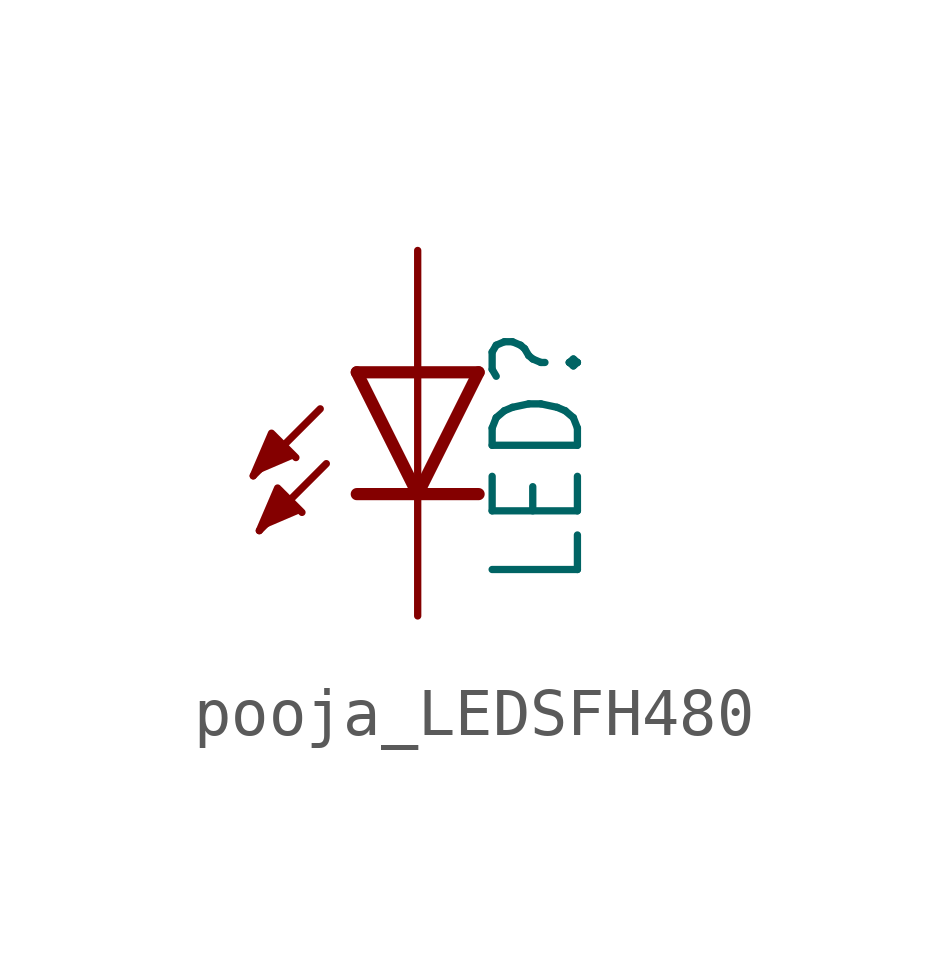
<source format=kicad_sym>
(kicad_symbol_lib
  (version 20220914)
  (generator kicad_symbol_editor)
  (symbol "pooja_LEDSFH480"
    (property "Reference" "LED"
      (at 3.556 -4.572 90)
      (effects (font (size 1.778 1.511)) (justify left bottom)))
    (property "Value" ""
      (at 5.715 -4.572 90)
      (effects (font (size 1.778 1.511)) (justify left bottom)))
    (property "ki_locked" ""
      (at 0 0 0)
      (effects (font (size 1.27 1.27))))
    (symbol "pooja_LEDSFH480_1_0"
      (polyline (pts (xy -2.032 -0.762) (xy -3.429 -2.159)) (stroke (width 0.152) (type solid)) (fill (type none)))
      (polyline (pts (xy -1.905 -1.905) (xy -3.302 -3.302)) (stroke (width 0.152) (type solid)) (fill (type none)))
      (polyline (pts (xy 0 -2.54) (xy -1.27 -2.54)) (stroke (width 0.254) (type solid)) (fill (type none)))
      (polyline (pts (xy 0 -2.54) (xy -1.27 0)) (stroke (width 0.254) (type solid)) (fill (type none)))
      (polyline (pts (xy 0 0) (xy -1.27 0)) (stroke (width 0.254) (type solid)) (fill (type none)))
      (polyline (pts (xy 0 0) (xy 0 -2.54)) (stroke (width 0.152) (type solid)) (fill (type none)))
      (polyline (pts (xy 1.27 -2.54) (xy 0 -2.54)) (stroke (width 0.254) (type solid)) (fill (type none)))
      (polyline (pts (xy 1.27 0) (xy 0 -2.54)) (stroke (width 0.254) (type solid)) (fill (type none)))
      (polyline (pts (xy 1.27 0) (xy 0 0)) (stroke (width 0.254) (type solid)) (fill (type none)))
      (polyline (pts (xy -3.429 -2.159) (xy -3.048 -1.27) (xy -2.54 -1.778)) (stroke (width 0.152) (type solid)) (fill (type outline)))
      (polyline (pts (xy -3.302 -3.302) (xy -2.921 -2.413) (xy -2.413 -2.921)) (stroke (width 0.152) (type solid)) (fill (type outline)))
      (pin passive line (at 0 2.54 270) (length 2.54) (name "A" (effects (font (size 0 0)))) (number "A" (effects (font (size 0 0)))))
      (pin passive line (at 0 -5.08 90) (length 2.54) (name "C" (effects (font (size 0 0)))) (number "K" (effects (font (size 0 0))))))))
</source>
